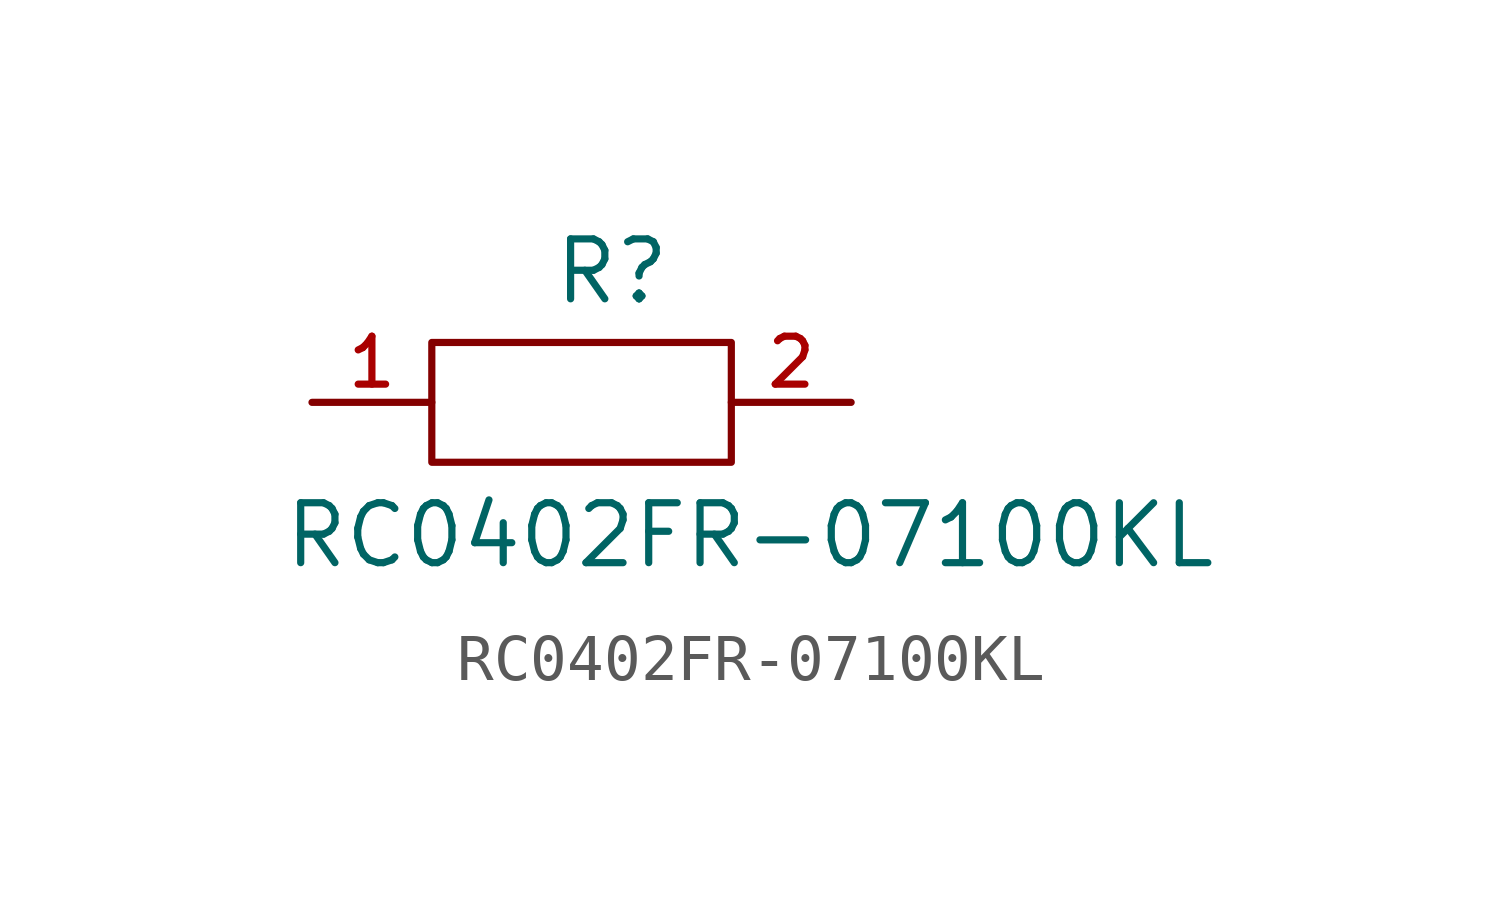
<source format=kicad_sym>
(kicad_symbol_lib
  (version 20241209)
  (generator "kicad_symbol_editor")
  (generator_version "9.0")
  (symbol "RC0402FR-07100KL"
    (pin_names
      (offset 1.016))
    (property "Reference" "R"
      (at 1.27 2.032 0)
      (effects (font (size 1.27 1.27)) (justify left bottom)))
    (property "Value" "RC0402FR-07100KL"
      (at -4.452 -3.562 0)
      (effects (font (size 1.27 1.27)) (justify left bottom)))
    (symbol "RC0402FR-07100KL_0_0"
      (pin passive line (at -3.81 0 0) (length 2.54) (name "~" (effects (font (size 1.016 1.016)))) (number "1" (effects (font (size 1.016 1.016)))))
      (pin passive line (at 7.62 0 180) (length 2.54) (name "~" (effects (font (size 1.016 1.016)))) (number "2" (effects (font (size 1.016 1.016))))))
    (symbol "RC0402FR-07100KL_0_1"
      (rectangle (start 5.08 -1.27) (end -1.27 1.27) (stroke (width 0) (type default)) (fill (type none))))))
</source>
